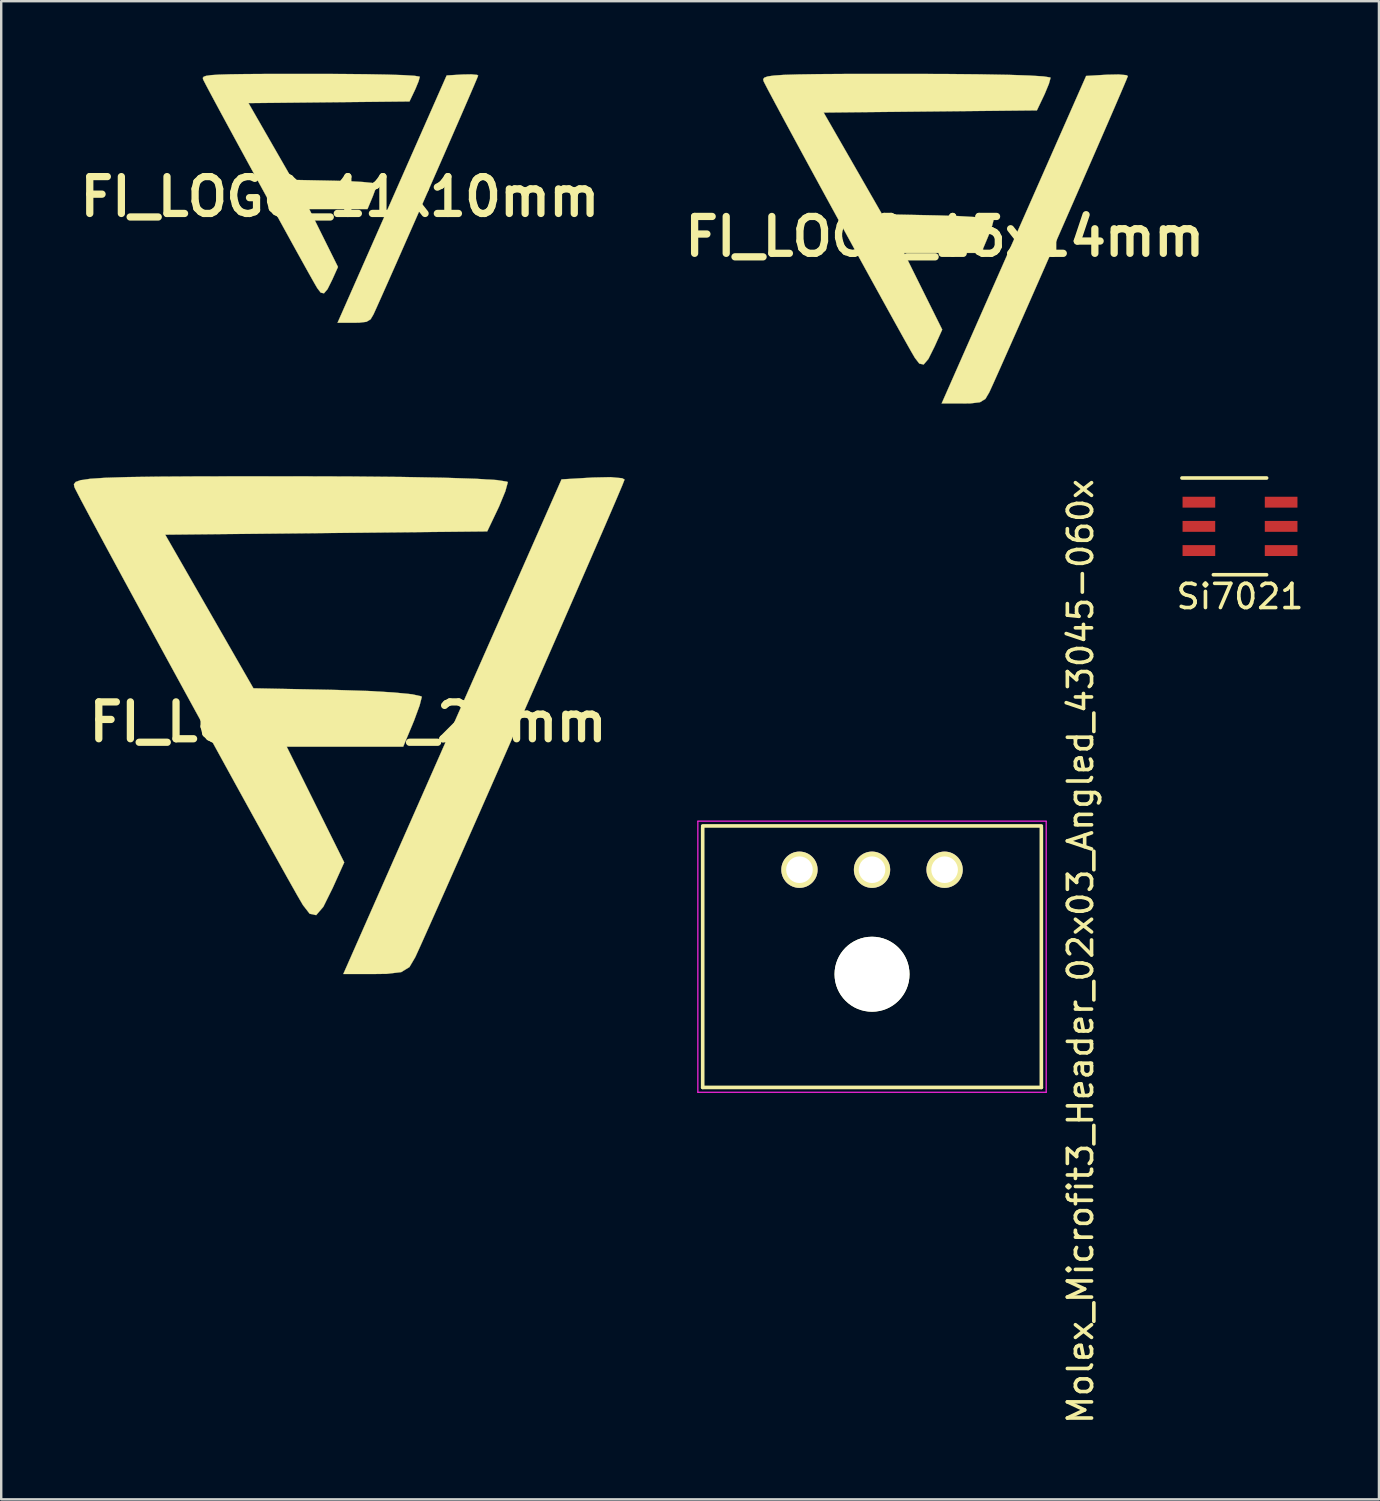
<source format=kicad_pcb>
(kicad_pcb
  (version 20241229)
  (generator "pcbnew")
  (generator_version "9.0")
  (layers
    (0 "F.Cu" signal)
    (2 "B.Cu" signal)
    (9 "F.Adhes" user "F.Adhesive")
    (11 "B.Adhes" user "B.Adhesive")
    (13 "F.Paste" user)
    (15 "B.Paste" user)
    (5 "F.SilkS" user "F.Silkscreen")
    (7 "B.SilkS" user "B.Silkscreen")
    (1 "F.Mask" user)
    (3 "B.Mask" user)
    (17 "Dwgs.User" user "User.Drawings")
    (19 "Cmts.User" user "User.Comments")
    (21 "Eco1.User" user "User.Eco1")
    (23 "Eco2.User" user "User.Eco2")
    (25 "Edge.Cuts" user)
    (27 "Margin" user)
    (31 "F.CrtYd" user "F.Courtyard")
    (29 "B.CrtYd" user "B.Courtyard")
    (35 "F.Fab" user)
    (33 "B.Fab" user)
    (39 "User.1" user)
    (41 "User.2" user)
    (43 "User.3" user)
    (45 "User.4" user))
  (footprint "Molex_Microfit3_Header_02x03_Angled_43045-060x"
    (layer "F.Cu")
    (at 35.999 35.444)
    (property "Reference" "Molex_Microfit3_Header_02x03_Angled_43045-060x" (at 5.62 0.84 270) (layer "F.SilkS") (effects (font (size 1 1) (thickness 0.15))))
    (attr through_hole)
    (fp_line (start -10 -4.35) (end 4 -4.35) (stroke (width 0.15) (type solid)) (layer "F.SilkS"))
    (fp_line (start -10 6.46) (end -10 -4.29) (stroke (width 0.15) (type solid)) (layer "F.SilkS"))
    (fp_line (start 4 -4.29) (end 4 6.46) (stroke (width 0.15) (type solid)) (layer "F.SilkS"))
    (fp_line (start 4 6.46) (end -10 6.46) (stroke (width 0.15) (type solid)) (layer "F.SilkS"))
    (fp_line (start -10.2 -4.54) (end -10.2 6.66) (stroke (width 0.05) (type solid)) (layer "F.CrtYd"))
    (fp_line (start -10.2 6.66) (end 4.2 6.66) (stroke (width 0.05) (type solid)) (layer "F.CrtYd"))
    (fp_line (start 4.2 -4.55) (end -10.2 -4.55) (stroke (width 0.05) (type solid)) (layer "F.CrtYd"))
    (fp_line (start 4.2 6.66) (end 4.2 -4.54) (stroke (width 0.05) (type solid)) (layer "F.CrtYd"))
    (pad "" np_thru_hole circle (at -3 1.78) (size 3.1 3.1) (drill 3.1) (layers "*.Cu" "*.Mask" "F.SilkS"))
    (pad "1" thru_hole circle (at 0 -2.54) (size 1.5 1.5) (drill 1.1) (layers "*.Cu" "*.Mask" "F.SilkS"))
    (pad "2" thru_hole circle (at -3 -2.54) (size 1.5 1.5) (drill 1.1) (layers "*.Cu" "*.Mask" "F.SilkS"))
    (pad "3" thru_hole circle (at -6 -2.54) (size 1.5 1.5) (drill 1.1) (layers "*.Cu" "*.Mask" "F.SilkS")))
  (footprint "FI_LOGO_23_21mm"
    (layer "F.Cu")
    (at 11.339 26.8)
    (property "Reference" "FI_LOGO_23_21mm" (at 0 0 0) (layer "F.SilkS") (effects (font (size 1.524 1.524) (thickness 0.3))))
    (attr through_hole)
    (fp_poly (pts (xy 11.334 -10.08) (xy 11.43 -10.025) (xy 11.332 -9.776) (xy 11.054 -9.12) (xy 10.622 -8.117) (xy 10.061 -6.824) (xy 9.398 -5.3) (xy 8.657 -3.602) (xy 7.865 -1.791) (xy 7.046 0.077) (xy 6.227 1.942) (xy 5.433 3.747) (xy 4.689 5.433) (xy 4.022 6.942) (xy 3.456 8.214) (xy 3.018 9.193) (xy 2.78 9.716) (xy 2.537 10.129) (xy 2.196 10.337) (xy 1.595 10.408) (xy 1.131 10.414) (xy -0.197 10.414) (xy 4.313 0.191) (xy 8.824 -10.033) (xy 10.127 -10.11) (xy 10.861 -10.125) (xy 11.334 -10.08)) (stroke (width 0.01) (type solid)) (fill yes) (layer "F.SilkS"))
    (fp_poly (pts (xy 0.062 -10.153) (xy 2.201 -10.133) (xy 3.948 -10.101) (xy 5.278 -10.058) (xy 6.163 -10.003) (xy 6.576 -9.938) (xy 6.604 -9.915) (xy 6.502 -9.543) (xy 6.251 -8.932) (xy 6.178 -8.776) (xy 5.752 -7.882) (xy -0.903 -7.815) (xy -7.559 -7.747) (xy -5.736 -4.572) (xy -3.913 -1.397) (xy -0.432 -1.326) (xy 0.831 -1.286) (xy 1.89 -1.224) (xy 2.652 -1.148) (xy 3.025 -1.065) (xy 3.048 -1.04) (xy 2.957 -0.684) (xy 2.733 -0.073) (xy 2.664 0.096) (xy 2.279 1.016) (xy -2.537 1.016) (xy -0.159 5.802) (xy -0.632 6.85) (xy -1.022 7.637) (xy -1.318 7.981) (xy -1.588 7.924) (xy -1.866 7.565) (xy -2.102 7.16) (xy -2.539 6.385) (xy -3.142 5.301) (xy -3.879 3.969) (xy -4.717 2.448) (xy -5.621 0.801) (xy -6.559 -0.912) (xy -7.498 -2.63) (xy -8.404 -4.293) (xy -9.244 -5.839) (xy -9.985 -7.208) (xy -10.593 -8.338) (xy -11.036 -9.17) (xy -11.28 -9.642) (xy -11.314 -9.716) (xy -11.334 -9.833) (xy -11.262 -9.927) (xy -11.051 -10.002) (xy -10.653 -10.058) (xy -10.02 -10.1) (xy -9.105 -10.128) (xy -7.859 -10.146) (xy -6.234 -10.156) (xy -4.183 -10.159) (xy -2.44 -10.16) (xy 0.062 -10.153)) (stroke (width 0.01) (type solid)) (fill yes) (layer "F.SilkS")))
  (footprint "Si7021"
    (layer "F.Cu")
    (at 48.211 18.71)
    (property "Reference" "Si7021" (at 0 2.9 0) (layer "F.SilkS") (effects (font (size 1 1) (thickness 0.15))))
    (attr through_hole)
    (fp_line (start -1.1 2) (end 1.1 2) (stroke (width 0.15) (type solid)) (layer "F.SilkS"))
    (fp_line (start 1.1 -2) (end -2.4 -2) (stroke (width 0.15) (type solid)) (layer "F.SilkS"))
    (pad "1" smd rect (at -1.45 -1 90) (size 0.45 1.35) (drill (offset 0 -0.25)) (layers "F.Cu" "F.Mask" "F.Paste"))
    (pad "2" smd rect (at -1.45 0) (size 1.35 0.45) (drill (offset -0.25 0)) (layers "F.Cu" "F.Mask" "F.Paste"))
    (pad "3" smd rect (at -1.45 1) (size 1.35 0.45) (drill (offset -0.25 0)) (layers "F.Cu" "F.Mask" "F.Paste"))
    (pad "4" smd rect (at 1.45 1) (size 1.35 0.45) (drill (offset 0.25 0)) (layers "F.Cu" "F.Mask" "F.Paste"))
    (pad "5" smd rect (at 1.45 0) (size 1.35 0.45) (drill (offset 0.25 0)) (layers "F.Cu" "F.Mask" "F.Paste"))
    (pad "6" smd rect (at 1.45 -1) (size 1.35 0.45) (drill (offset 0.25 0)) (layers "F.Cu" "F.Mask" "F.Paste")))
  (footprint "FI_LOGO_15x14mm"
    (layer "F.Cu")
    (at 36.006 6.733)
    (property "Reference" "FI_LOGO_15x14mm" (at 0 0 0) (layer "F.SilkS") (effects (font (size 1.524 1.524) (thickness 0.3))))
    (attr through_hole)
    (fp_poly (pts (xy 7.506 -6.676) (xy 7.57 -6.639) (xy 7.504 -6.474) (xy 7.32 -6.04) (xy 7.034 -5.375) (xy 6.663 -4.519) (xy 6.224 -3.51) (xy 5.733 -2.386) (xy 5.208 -1.186) (xy 4.666 0.051) (xy 4.124 1.286) (xy 3.598 2.482) (xy 3.106 3.598) (xy 2.663 4.597) (xy 2.289 5.44) (xy 1.999 6.088) (xy 1.841 6.434) (xy 1.68 6.708) (xy 1.454 6.846) (xy 1.056 6.893) (xy 0.749 6.897) (xy -0.13 6.897) (xy 5.844 -6.644) (xy 6.707 -6.695) (xy 7.193 -6.705) (xy 7.506 -6.676)) (stroke (width 0.01) (type solid)) (fill yes) (layer "F.SilkS"))
    (fp_poly (pts (xy 0.041 -6.724) (xy 1.458 -6.711) (xy 2.615 -6.69) (xy 3.496 -6.661) (xy 4.081 -6.625) (xy 4.355 -6.582) (xy 4.374 -6.566) (xy 4.306 -6.32) (xy 4.139 -5.915) (xy 4.091 -5.812) (xy 3.809 -5.22) (xy -0.598 -5.175) (xy -5.006 -5.13) (xy -3.798 -3.028) (xy -2.591 -0.925) (xy -0.286 -0.878) (xy 0.55 -0.852) (xy 1.252 -0.81) (xy 1.756 -0.76) (xy 2.004 -0.705) (xy 2.019 -0.689) (xy 1.959 -0.453) (xy 1.81 -0.048) (xy 1.764 0.064) (xy 1.509 0.673) (xy -1.68 0.673) (xy -0.893 2.258) (xy -0.105 3.843) (xy -0.418 4.537) (xy -0.677 5.057) (xy -0.873 5.286) (xy -1.052 5.248) (xy -1.236 5.01) (xy -1.392 4.742) (xy -1.681 4.229) (xy -2.081 3.511) (xy -2.569 2.628) (xy -3.124 1.621) (xy -3.723 0.531) (xy -4.344 -0.604) (xy -4.966 -1.742) (xy -5.566 -2.843) (xy -6.122 -3.867) (xy -6.613 -4.773) (xy -7.015 -5.522) (xy -7.309 -6.073) (xy -7.47 -6.385) (xy -7.493 -6.434) (xy -7.506 -6.512) (xy -7.458 -6.574) (xy -7.319 -6.624) (xy -7.055 -6.661) (xy -6.636 -6.689) (xy -6.03 -6.707) (xy -5.204 -6.719) (xy -4.129 -6.726) (xy -2.771 -6.728) (xy -1.616 -6.728) (xy 0.041 -6.724)) (stroke (width 0.01) (type solid)) (fill yes) (layer "F.SilkS")))
  (footprint "FI_LOGO_11x10mm"
    (layer "F.Cu")
    (at 11.002 5.085)
    (property "Reference" "FI_LOGO_11x10mm" (at 0 0 0) (layer "F.SilkS") (effects (font (size 1.524 1.524) (thickness 0.3))))
    (attr through_hole)
    (fp_poly (pts (xy 5.667 -5.04) (xy 5.715 -5.012) (xy 5.666 -4.888) (xy 5.527 -4.56) (xy 5.311 -4.058) (xy 5.031 -3.412) (xy 4.699 -2.65) (xy 4.329 -1.801) (xy 3.932 -0.895) (xy 3.523 0.038) (xy 3.114 0.971) (xy 2.716 1.874) (xy 2.345 2.717) (xy 2.011 3.471) (xy 1.728 4.107) (xy 1.509 4.596) (xy 1.39 4.858) (xy 1.269 5.065) (xy 1.098 5.168) (xy 0.797 5.204) (xy 0.565 5.207) (xy -0.098 5.207) (xy 2.157 0.095) (xy 4.412 -5.016) (xy 5.063 -5.055) (xy 5.431 -5.062) (xy 5.667 -5.04)) (stroke (width 0.01) (type solid)) (fill yes) (layer "F.SilkS"))
    (fp_poly (pts (xy 0.031 -5.077) (xy 1.1 -5.067) (xy 1.974 -5.051) (xy 2.639 -5.029) (xy 3.082 -5.002) (xy 3.288 -4.969) (xy 3.302 -4.957) (xy 3.251 -4.771) (xy 3.125 -4.466) (xy 3.089 -4.388) (xy 2.876 -3.941) (xy -0.452 -3.907) (xy -3.779 -3.873) (xy -1.956 -0.699) (xy -0.216 -0.663) (xy 0.416 -0.643) (xy 0.945 -0.612) (xy 1.326 -0.574) (xy 1.513 -0.532) (xy 1.524 -0.52) (xy 1.479 -0.342) (xy 1.366 -0.036) (xy 1.332 0.048) (xy 1.14 0.508) (xy -1.268 0.508) (xy -0.674 1.705) (xy -0.08 2.901) (xy -0.316 3.425) (xy -0.511 3.818) (xy -0.659 3.991) (xy -0.794 3.962) (xy -0.933 3.782) (xy -1.051 3.58) (xy -1.269 3.193) (xy -1.571 2.651) (xy -1.94 1.984) (xy -2.358 1.224) (xy -2.811 0.401) (xy -3.28 -0.456) (xy -3.749 -1.315) (xy -4.202 -2.146) (xy -4.622 -2.919) (xy -4.993 -3.604) (xy -5.297 -4.169) (xy -5.518 -4.585) (xy -5.64 -4.821) (xy -5.657 -4.858) (xy -5.667 -4.916) (xy -5.631 -4.964) (xy -5.526 -5.001) (xy -5.327 -5.029) (xy -5.01 -5.05) (xy -4.552 -5.064) (xy -3.929 -5.073) (xy -3.117 -5.078) (xy -2.092 -5.08) (xy -1.22 -5.08) (xy 0.031 -5.077)) (stroke (width 0.01) (type solid)) (fill yes) (layer "F.SilkS")))
  (gr_rect
    (start -3 -3)
    (end 53.955 58.933)
    (stroke (width 0.1) (type default))
    (fill no)
    (layer "Edge.Cuts")))
</source>
